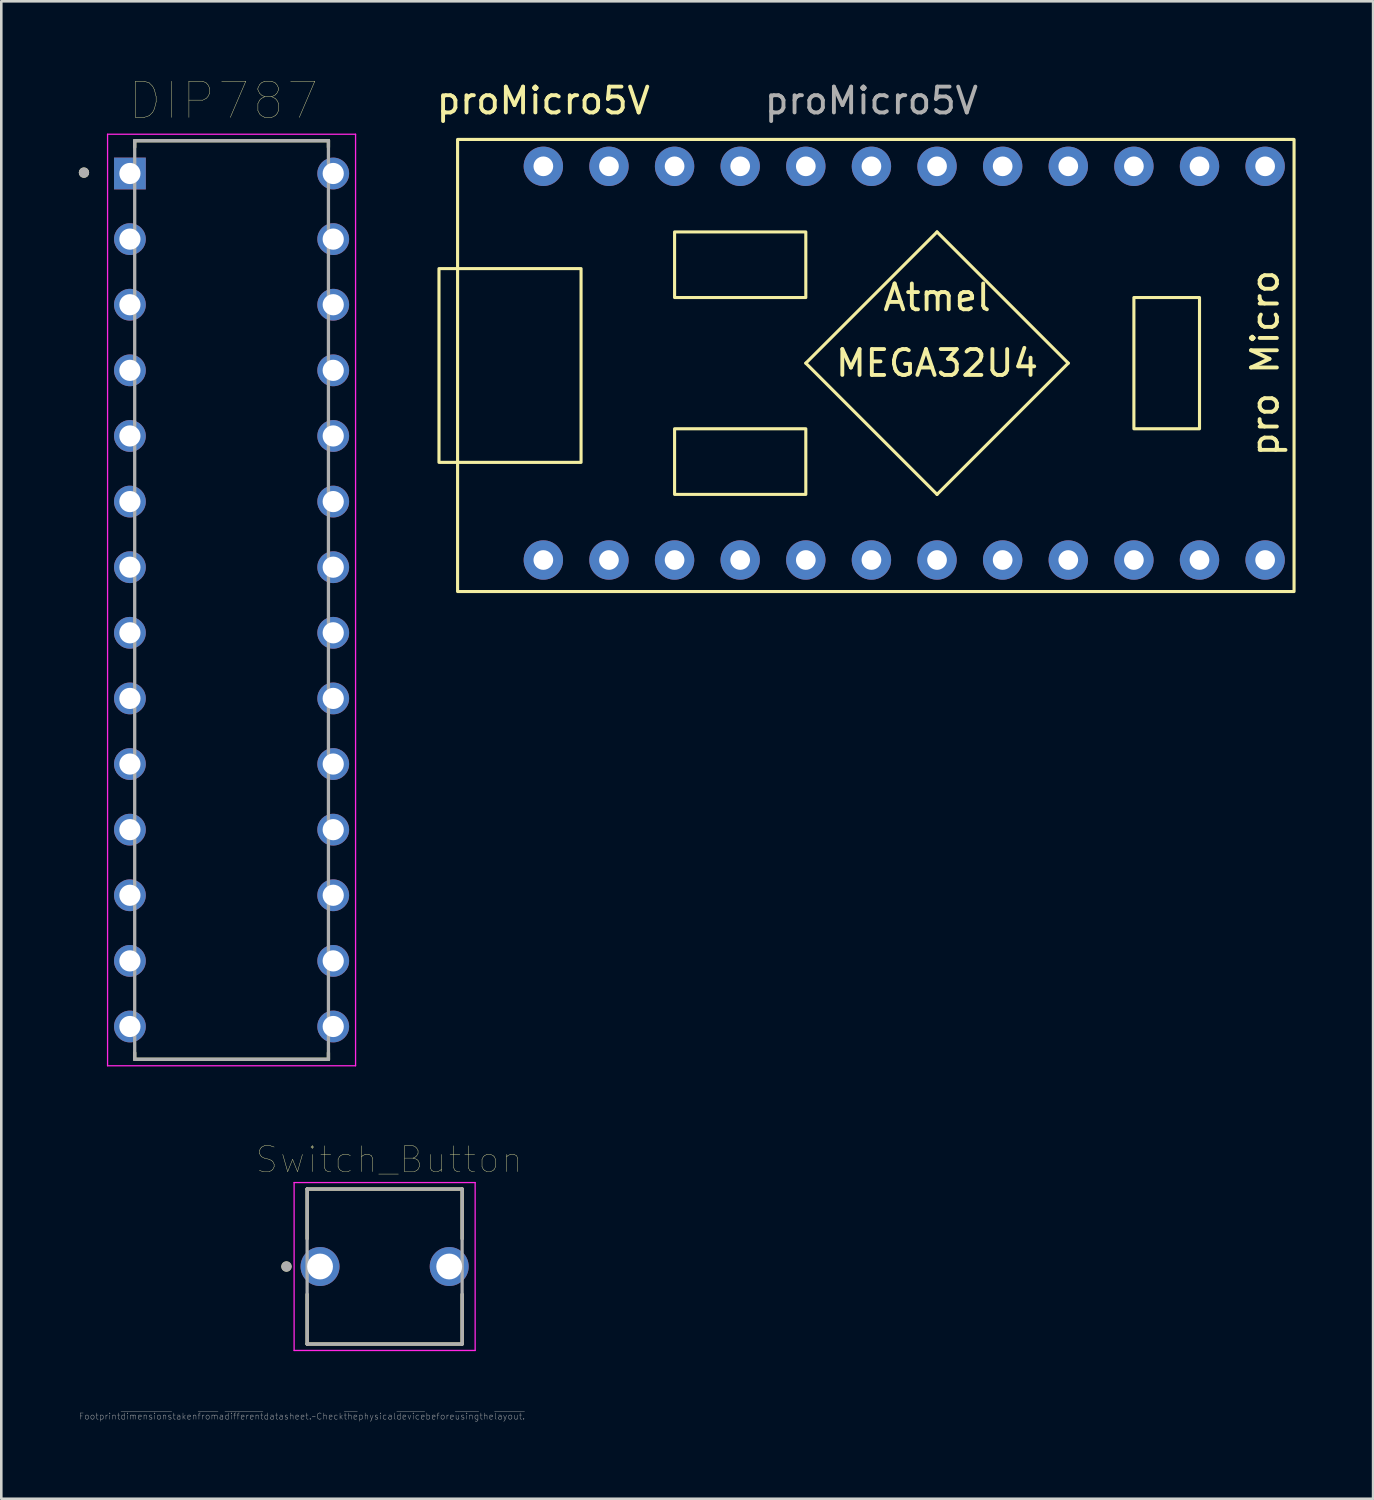
<source format=kicad_pcb>
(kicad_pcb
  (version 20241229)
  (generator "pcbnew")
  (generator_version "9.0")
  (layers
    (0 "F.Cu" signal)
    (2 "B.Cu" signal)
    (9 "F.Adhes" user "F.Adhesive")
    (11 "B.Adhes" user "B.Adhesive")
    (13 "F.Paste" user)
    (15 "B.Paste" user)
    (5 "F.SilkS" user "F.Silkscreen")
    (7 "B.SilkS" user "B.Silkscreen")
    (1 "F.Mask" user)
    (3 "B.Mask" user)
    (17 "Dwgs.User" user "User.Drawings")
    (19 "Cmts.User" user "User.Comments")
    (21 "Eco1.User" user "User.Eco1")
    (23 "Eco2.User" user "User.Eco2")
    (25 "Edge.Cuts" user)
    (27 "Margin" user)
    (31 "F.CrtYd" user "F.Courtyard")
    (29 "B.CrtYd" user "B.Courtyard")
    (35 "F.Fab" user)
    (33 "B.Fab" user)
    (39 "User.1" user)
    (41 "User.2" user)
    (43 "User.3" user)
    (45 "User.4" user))
  (footprint "Switch_Button"
    (layer "F.Cu")
    (at 11.839 45.977)
    (property "Reference" "Switch_Button" (at 0.175 -4.135 0) (layer "F.SilkS") (effects (font (size 1 1) (thickness 0.015))))
    (attr through_hole)
    (fp_line (start -3 -3) (end 3 -3) (stroke (width 0.127) (type solid)) (layer "F.SilkS"))
    (fp_line (start -3 -1.075) (end -3 -3) (stroke (width 0.127) (type solid)) (layer "F.SilkS"))
    (fp_line (start -3 3) (end -3 1.075) (stroke (width 0.127) (type solid)) (layer "F.SilkS"))
    (fp_line (start 3 -3) (end 3 -1.075) (stroke (width 0.127) (type solid)) (layer "F.SilkS"))
    (fp_line (start 3 1.075) (end 3 3) (stroke (width 0.127) (type solid)) (layer "F.SilkS"))
    (fp_line (start 3 3) (end -3 3) (stroke (width 0.127) (type solid)) (layer "F.SilkS"))
    (fp_circle (center -3.8 0) (end -3.7 0) (stroke (width 0.2) (type solid)) (fill no) (layer "F.SilkS"))
    (fp_line (start -3.504 -3.25) (end 3.504 -3.25) (stroke (width 0.05) (type solid)) (layer "F.CrtYd"))
    (fp_line (start -3.504 3.25) (end -3.504 -3.25) (stroke (width 0.05) (type solid)) (layer "F.CrtYd"))
    (fp_line (start 3.504 -3.25) (end 3.504 3.25) (stroke (width 0.05) (type solid)) (layer "F.CrtYd"))
    (fp_line (start 3.504 3.25) (end -3.504 3.25) (stroke (width 0.05) (type solid)) (layer "F.CrtYd"))
    (fp_line (start -3 -3) (end -3 3) (stroke (width 0.127) (type solid)) (layer "F.Fab"))
    (fp_line (start -3 3) (end 3 3) (stroke (width 0.127) (type solid)) (layer "F.Fab"))
    (fp_line (start 3 -3) (end -3 -3) (stroke (width 0.127) (type solid)) (layer "F.Fab"))
    (fp_line (start 3 3) (end 3 -3) (stroke (width 0.127) (type solid)) (layer "F.Fab"))
    (fp_circle (center -3.8 0) (end -3.7 0) (stroke (width 0.2) (type solid)) (fill no) (layer "F.Fab"))
    (fp_text user "Footprint~{dimensions}taken~{from}a~{different}datasheet.~Check~{the}physical~{device}before~{using}the~{layout.}" (at -3.2 5.8 0) (layer "F.Fab") (effects (font (size 0.24 0.24) (thickness 0.015))))
    (pad "1" thru_hole circle (at -2.5 0) (size 1.508 1.508) (drill 1) (layers "*.Cu" "*.Mask"))
    (pad "2" thru_hole circle (at 2.5 0) (size 1.508 1.508) (drill 1) (layers "*.Cu" "*.Mask")))
  (footprint "proMicro5V"
    (layer "F.Cu")
    (at 17.983 3.388)
    (property "Reference" "proMicro5V" (at 0 -2.54 0) (unlocked yes) (layer "F.SilkS") (effects (font (size 1 1) (thickness 0.15))))
    (attr through_hole)
    (fp_line (start 10.16 7.62) (end 15.24 2.54) (stroke (width 0.12) (type solid)) (layer "F.SilkS"))
    (fp_line (start 15.24 2.54) (end 20.32 7.62) (stroke (width 0.12) (type solid)) (layer "F.SilkS"))
    (fp_line (start 15.24 12.7) (end 10.16 7.62) (stroke (width 0.12) (type solid)) (layer "F.SilkS"))
    (fp_line (start 20.32 7.62) (end 15.24 12.7) (stroke (width 0.12) (type solid)) (layer "F.SilkS"))
    (fp_rect (start -4.04 3.96) (end 1.46 11.46) (stroke (width 0.12) (type solid)) (fill no) (layer "F.SilkS"))
    (fp_rect (start -3.32 -1.04) (end 29.06 16.46) (stroke (width 0.12) (type solid)) (fill no) (layer "F.SilkS"))
    (fp_rect (start 5.08 2.54) (end 10.16 5.08) (stroke (width 0.12) (type solid)) (fill no) (layer "F.SilkS"))
    (fp_rect (start 5.08 12.7) (end 10.16 10.16) (stroke (width 0.12) (type solid)) (fill no) (layer "F.SilkS"))
    (fp_rect (start 22.86 5.08) (end 25.4 10.16) (stroke (width 0.12) (type solid)) (fill no) (layer "F.SilkS"))
    (fp_rect (start -0.94 -1.04) (end 29.06 16.46) (stroke (width 0.12) (type solid)) (fill no) (layer "User.1"))
    (fp_text user "pro Micro" (at 27.94 7.62 90) (unlocked yes) (layer "F.SilkS") (effects (font (size 1 1) (thickness 0.15))))
    (fp_text user "MEGA32U4" (at 15.24 7.62 0) (unlocked yes) (layer "F.SilkS") (effects (font (size 1 1) (thickness 0.15))))
    (fp_text user "Atmel" (at 15.24 5.08 0) (unlocked yes) (layer "F.SilkS") (effects (font (size 1 1) (thickness 0.15))))
    (fp_text user "${REFERENCE}" (at 12.7 -2.54 0) (unlocked yes) (layer "F.Fab") (effects (font (size 1 1) (thickness 0.15))))
    (pad "1" thru_hole circle (at 0 15.24) (size 1.524 1.524) (drill 0.762) (layers "*.Cu" "*.Mask"))
    (pad "2" thru_hole circle (at 2.54 15.24) (size 1.524 1.524) (drill 0.762) (layers "*.Cu" "*.Mask"))
    (pad "3" thru_hole circle (at 5.08 15.24) (size 1.524 1.524) (drill 0.762) (layers "*.Cu" "*.Mask"))
    (pad "4" thru_hole circle (at 7.62 15.24) (size 1.524 1.524) (drill 0.762) (layers "*.Cu" "*.Mask"))
    (pad "5" thru_hole circle (at 10.16 15.24) (size 1.524 1.524) (drill 0.762) (layers "*.Cu" "*.Mask"))
    (pad "6" thru_hole circle (at 12.7 15.24) (size 1.524 1.524) (drill 0.762) (layers "*.Cu" "*.Mask"))
    (pad "7" thru_hole circle (at 15.24 15.24) (size 1.524 1.524) (drill 0.762) (layers "*.Cu" "*.Mask"))
    (pad "8" thru_hole circle (at 17.78 15.24) (size 1.524 1.524) (drill 0.762) (layers "*.Cu" "*.Mask"))
    (pad "9" thru_hole circle (at 20.32 15.24) (size 1.524 1.524) (drill 0.762) (layers "*.Cu" "*.Mask"))
    (pad "10" thru_hole circle (at 22.86 15.24) (size 1.524 1.524) (drill 0.762) (layers "*.Cu" "*.Mask"))
    (pad "11" thru_hole circle (at 25.4 15.24) (size 1.524 1.524) (drill 0.762) (layers "*.Cu" "*.Mask"))
    (pad "12" thru_hole circle (at 27.94 15.24) (size 1.524 1.524) (drill 0.762) (layers "*.Cu" "*.Mask"))
    (pad "13" thru_hole circle (at 27.94 0) (size 1.524 1.524) (drill 0.762) (layers "*.Cu" "*.Mask"))
    (pad "14" thru_hole circle (at 25.4 0) (size 1.524 1.524) (drill 0.762) (layers "*.Cu" "*.Mask"))
    (pad "15" thru_hole circle (at 22.86 0) (size 1.524 1.524) (drill 0.762) (layers "*.Cu" "*.Mask"))
    (pad "16" thru_hole circle (at 20.32 0) (size 1.524 1.524) (drill 0.762) (layers "*.Cu" "*.Mask"))
    (pad "17" thru_hole circle (at 17.78 0) (size 1.524 1.524) (drill 0.762) (layers "*.Cu" "*.Mask"))
    (pad "18" thru_hole circle (at 15.24 0) (size 1.524 1.524) (drill 0.762) (layers "*.Cu" "*.Mask"))
    (pad "19" thru_hole circle (at 12.7 0) (size 1.524 1.524) (drill 0.762) (layers "*.Cu" "*.Mask"))
    (pad "20" thru_hole circle (at 10.16 0) (size 1.524 1.524) (drill 0.762) (layers "*.Cu" "*.Mask"))
    (pad "21" thru_hole circle (at 7.62 0) (size 1.524 1.524) (drill 0.762) (layers "*.Cu" "*.Mask"))
    (pad "22" thru_hole circle (at 5.08 0) (size 1.524 1.524) (drill 0.762) (layers "*.Cu" "*.Mask"))
    (pad "23" thru_hole circle (at 2.54 0) (size 1.524 1.524) (drill 0.762) (layers "*.Cu" "*.Mask"))
    (pad "24" thru_hole circle (at 0 0) (size 1.524 1.524) (drill 0.762) (layers "*.Cu" "*.Mask")))
  (footprint "DIP787"
    (layer "F.Cu")
    (at 5.914 20.176)
    (property "Reference" "DIP787" (at -0.316 -19.329 0) (layer "F.SilkS") (effects (font (size 1.402 1.402) (thickness 0.015))))
    (attr through_hole)
    (fp_line (start -3.75 -17.78) (end -3.75 -17.526) (stroke (width 0.127) (type solid)) (layer "F.SilkS"))
    (fp_line (start -3.75 17.78) (end -3.75 17.526) (stroke (width 0.127) (type solid)) (layer "F.SilkS"))
    (fp_line (start 3.75 -17.78) (end -3.75 -17.78) (stroke (width 0.127) (type solid)) (layer "F.SilkS"))
    (fp_line (start 3.75 -17.78) (end 3.75 -17.526) (stroke (width 0.127) (type solid)) (layer "F.SilkS"))
    (fp_line (start 3.75 17.78) (end -3.75 17.78) (stroke (width 0.127) (type solid)) (layer "F.SilkS"))
    (fp_line (start 3.75 17.78) (end 3.75 17.526) (stroke (width 0.127) (type solid)) (layer "F.SilkS"))
    (fp_circle (center -5.714 -16.544) (end -5.614 -16.544) (stroke (width 0.2) (type solid)) (fill no) (layer "F.SilkS"))
    (fp_line (start -4.8 -18.03) (end -4.8 18.03) (stroke (width 0.05) (type solid)) (layer "F.CrtYd"))
    (fp_line (start -4.8 18.03) (end 4.8 18.03) (stroke (width 0.05) (type solid)) (layer "F.CrtYd"))
    (fp_line (start 4.8 -18.03) (end -4.8 -18.03) (stroke (width 0.05) (type solid)) (layer "F.CrtYd"))
    (fp_line (start 4.8 18.03) (end 4.8 -18.03) (stroke (width 0.05) (type solid)) (layer "F.CrtYd"))
    (fp_line (start -3.75 -17.78) (end -3.75 17.78) (stroke (width 0.127) (type solid)) (layer "F.Fab"))
    (fp_line (start -3.75 17.78) (end 3.75 17.78) (stroke (width 0.127) (type solid)) (layer "F.Fab"))
    (fp_line (start 3.75 -17.78) (end -3.75 -17.78) (stroke (width 0.127) (type solid)) (layer "F.Fab"))
    (fp_line (start 3.75 17.78) (end 3.75 -17.78) (stroke (width 0.127) (type solid)) (layer "F.Fab"))
    (fp_circle (center -5.714 -16.544) (end -5.614 -16.544) (stroke (width 0.2) (type solid)) (fill no) (layer "F.Fab"))
    (pad "1" thru_hole rect (at -3.935 -16.51) (size 1.23 1.23) (drill 0.82) (layers "*.Cu" "*.Mask"))
    (pad "2" thru_hole circle (at -3.935 -13.97) (size 1.23 1.23) (drill 0.82) (layers "*.Cu" "*.Mask"))
    (pad "3" thru_hole circle (at -3.935 -11.43) (size 1.23 1.23) (drill 0.82) (layers "*.Cu" "*.Mask"))
    (pad "4" thru_hole circle (at -3.935 -8.89) (size 1.23 1.23) (drill 0.82) (layers "*.Cu" "*.Mask"))
    (pad "5" thru_hole circle (at -3.935 -6.35) (size 1.23 1.23) (drill 0.82) (layers "*.Cu" "*.Mask"))
    (pad "6" thru_hole circle (at -3.935 -3.81) (size 1.23 1.23) (drill 0.82) (layers "*.Cu" "*.Mask"))
    (pad "7" thru_hole circle (at -3.935 -1.27) (size 1.23 1.23) (drill 0.82) (layers "*.Cu" "*.Mask"))
    (pad "8" thru_hole circle (at -3.935 1.27) (size 1.23 1.23) (drill 0.82) (layers "*.Cu" "*.Mask"))
    (pad "9" thru_hole circle (at -3.935 3.81) (size 1.23 1.23) (drill 0.82) (layers "*.Cu" "*.Mask"))
    (pad "10" thru_hole circle (at -3.935 6.35) (size 1.23 1.23) (drill 0.82) (layers "*.Cu" "*.Mask"))
    (pad "11" thru_hole circle (at -3.935 8.89) (size 1.23 1.23) (drill 0.82) (layers "*.Cu" "*.Mask"))
    (pad "12" thru_hole circle (at -3.935 11.43) (size 1.23 1.23) (drill 0.82) (layers "*.Cu" "*.Mask"))
    (pad "13" thru_hole circle (at -3.935 13.97) (size 1.23 1.23) (drill 0.82) (layers "*.Cu" "*.Mask"))
    (pad "14" thru_hole circle (at -3.935 16.51) (size 1.23 1.23) (drill 0.82) (layers "*.Cu" "*.Mask"))
    (pad "15" thru_hole circle (at 3.935 16.51) (size 1.23 1.23) (drill 0.82) (layers "*.Cu" "*.Mask"))
    (pad "16" thru_hole circle (at 3.935 13.97) (size 1.23 1.23) (drill 0.82) (layers "*.Cu" "*.Mask"))
    (pad "17" thru_hole circle (at 3.935 11.43) (size 1.23 1.23) (drill 0.82) (layers "*.Cu" "*.Mask"))
    (pad "18" thru_hole circle (at 3.935 8.89) (size 1.23 1.23) (drill 0.82) (layers "*.Cu" "*.Mask"))
    (pad "19" thru_hole circle (at 3.935 6.35) (size 1.23 1.23) (drill 0.82) (layers "*.Cu" "*.Mask"))
    (pad "20" thru_hole circle (at 3.935 3.81) (size 1.23 1.23) (drill 0.82) (layers "*.Cu" "*.Mask"))
    (pad "21" thru_hole circle (at 3.935 1.27) (size 1.23 1.23) (drill 0.82) (layers "*.Cu" "*.Mask"))
    (pad "22" thru_hole circle (at 3.935 -1.27) (size 1.23 1.23) (drill 0.82) (layers "*.Cu" "*.Mask"))
    (pad "23" thru_hole circle (at 3.935 -3.81) (size 1.23 1.23) (drill 0.82) (layers "*.Cu" "*.Mask"))
    (pad "24" thru_hole circle (at 3.935 -6.35) (size 1.23 1.23) (drill 0.82) (layers "*.Cu" "*.Mask"))
    (pad "25" thru_hole circle (at 3.935 -8.89) (size 1.23 1.23) (drill 0.82) (layers "*.Cu" "*.Mask"))
    (pad "26" thru_hole circle (at 3.935 -11.43) (size 1.23 1.23) (drill 0.82) (layers "*.Cu" "*.Mask"))
    (pad "27" thru_hole circle (at 3.935 -13.97) (size 1.23 1.23) (drill 0.82) (layers "*.Cu" "*.Mask"))
    (pad "28" thru_hole circle (at 3.935 -16.51) (size 1.23 1.23) (drill 0.82) (layers "*.Cu" "*.Mask")))
  (gr_rect
    (start -3 -3)
    (end 50.103 54.968)
    (stroke (width 0.1) (type default))
    (fill no)
    (layer "Edge.Cuts")))
</source>
